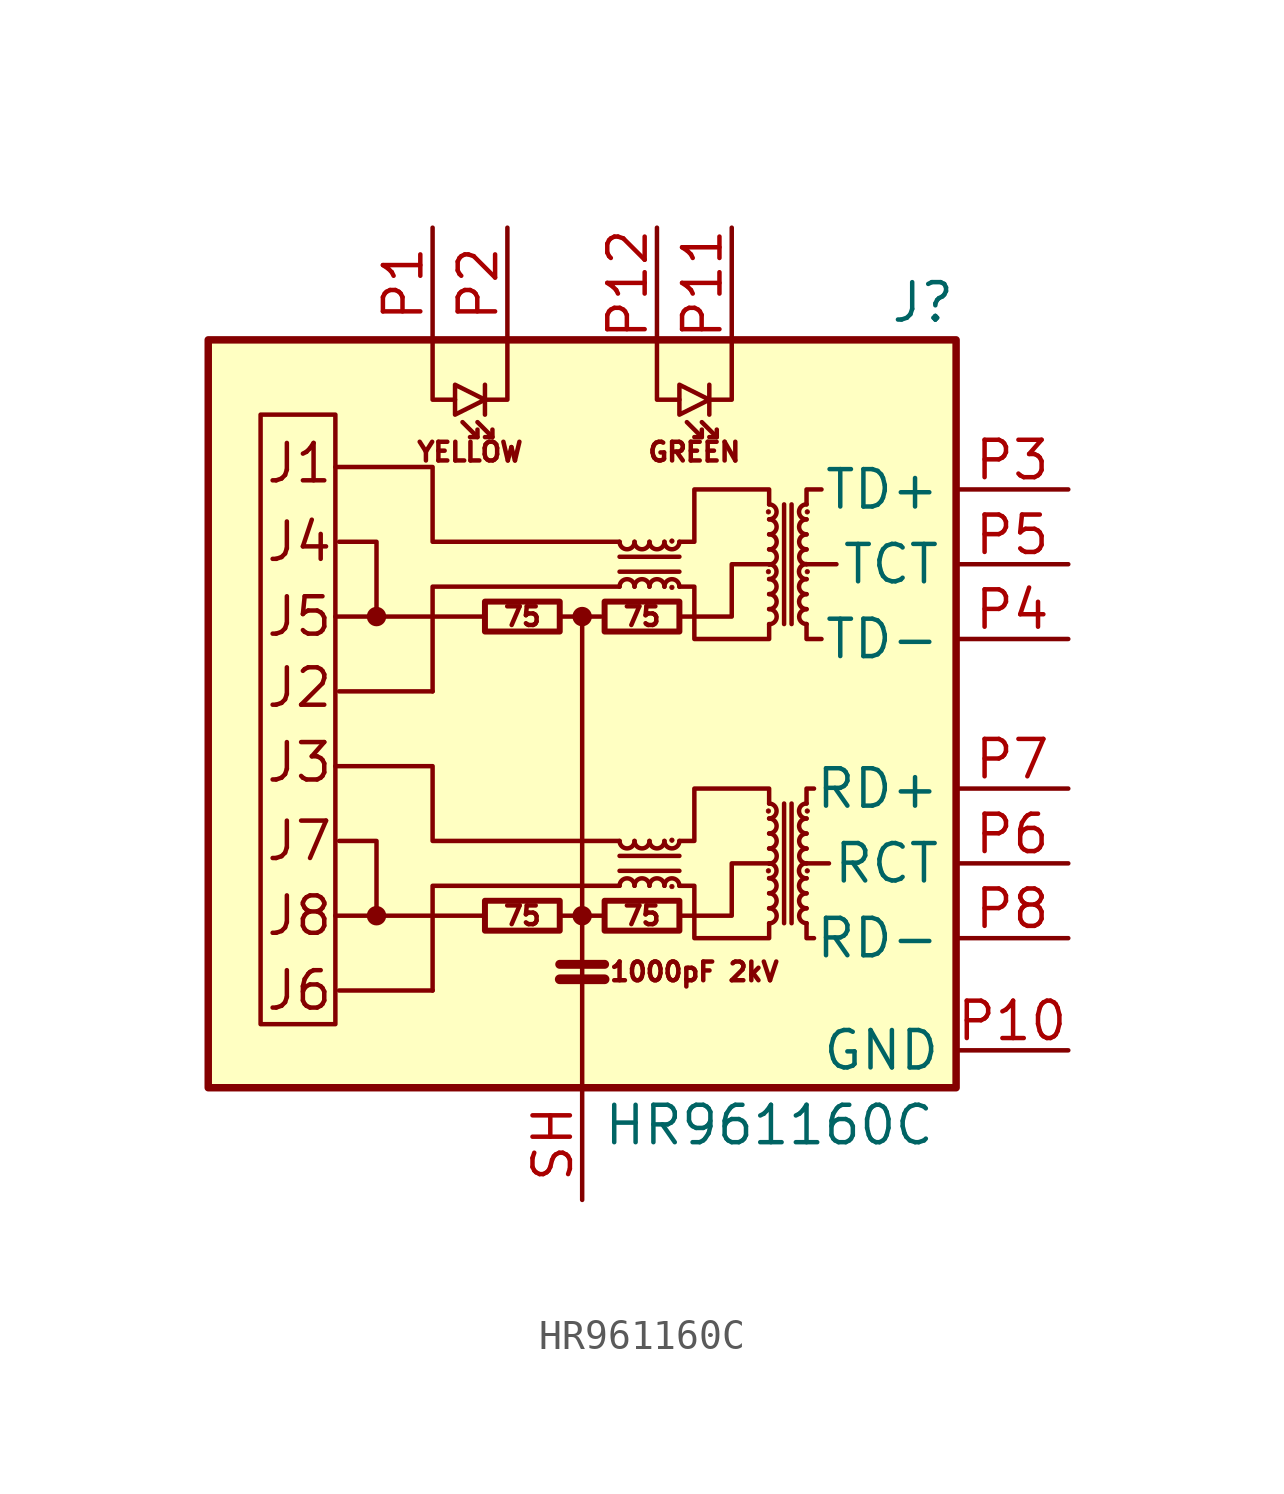
<source format=kicad_sym>
(kicad_symbol_lib
  (version 20231120)
  (generator "kicad_symbol_editor")
  (generator_version "8.0")
  (symbol "HR961160C"
    (property "Reference" "J"
      (at 12.7 13.97 0)
      (effects (font (size 1.27 1.27)) (justify right)))
    (property "Value" "HR961160C"
      (at 6.35 -13.97 0)
      (effects (font (size 1.27 1.27))))
    (symbol "HR961160C_0_0"
      (rectangle (start -12.7 12.7) (end 12.7 -12.7) (stroke (width 0.254) (type solid)) (fill (type background)))
      (polyline (pts (xy -3.302 -6.858) (xy -8.382 -6.858)) (stroke (width 0) (type solid)) (fill (type none)))
      (polyline (pts (xy -3.302 3.302) (xy -8.382 3.302)) (stroke (width 0) (type solid)) (fill (type none)))
      (polyline (pts (xy 8.382 -5.08) (xy 7.62 -5.08)) (stroke (width 0) (type solid)) (fill (type none)))
      (polyline (pts (xy 8.636 5.08) (xy 7.62 5.08)) (stroke (width 0) (type solid)) (fill (type none)))
      (polyline (pts (xy 1.27 -4.318) (xy -5.08 -4.318) (xy -5.08 -1.778) (xy -8.382 -1.778)) (stroke (width 0) (type solid)) (fill (type none)))
      (polyline (pts (xy 1.27 5.842) (xy -5.08 5.842) (xy -5.08 8.382) (xy -8.382 8.382)) (stroke (width 0) (type solid)) (fill (type none)))
      (polyline (pts (xy 3.302 -6.858) (xy 5.08 -6.858) (xy 5.08 -5.08) (xy 6.35 -5.08)) (stroke (width 0) (type solid)) (fill (type none)))
      (polyline (pts (xy 3.302 3.302) (xy 5.08 3.302) (xy 5.08 5.08) (xy 6.35 5.08)) (stroke (width 0) (type solid)) (fill (type none)))
      (text "1000pF 2kV" (at 3.81 -8.763 0) (effects (font (size 0.635 0.635))))
      (text "75" (at -2.032 -6.858 0) (effects (font (size 0.635 0.635))))
      (text "75" (at -2.032 3.302 0) (effects (font (size 0.635 0.635))))
      (text "75" (at 2.032 -6.858 0) (effects (font (size 0.635 0.635))))
      (text "75" (at 2.032 3.302 0) (effects (font (size 0.635 0.635))))
      (text "GREEN" (at 3.81 8.89 0) (effects (font (size 0.635 0.635))))
      (text "J1" (at -10.795 8.509 0) (effects (font (size 1.27 1.27)) (justify left)))
      (text "J2" (at -10.795 0.889 0) (effects (font (size 1.27 1.27)) (justify left)))
      (text "J3" (at -10.795 -1.651 0) (effects (font (size 1.27 1.27)) (justify left)))
      (text "J4" (at -10.795 5.842 0) (effects (font (size 1.27 1.27)) (justify left)))
      (text "J5" (at -10.795 3.302 0) (effects (font (size 1.27 1.27)) (justify left)))
      (text "J6" (at -10.795 -9.398 0) (effects (font (size 1.27 1.27)) (justify left)))
      (text "J7" (at -10.795 -4.318 0) (effects (font (size 1.27 1.27)) (justify left)))
      (text "J8" (at -10.795 -6.858 0) (effects (font (size 1.27 1.27)) (justify left)))
      (text "YELLOW" (at -3.81 8.89 0) (effects (font (size 0.635 0.635)))))
    (symbol "HR961160C_0_1"
      (rectangle (start -8.382 -10.541) (end -10.922 10.16) (stroke (width 0) (type solid)) (fill (type none)))
      (circle (center -6.985 -6.858) (radius 0.254) (stroke (width 0) (type solid)) (fill (type outline)))
      (circle (center -6.985 3.302) (radius 0.254) (stroke (width 0) (type solid)) (fill (type outline)))
      (rectangle (start -3.302 -7.366) (end -0.762 -6.35) (stroke (width 0.203) (type solid)) (fill (type none)))
      (rectangle (start -3.302 2.794) (end -0.762 3.81) (stroke (width 0.203) (type solid)) (fill (type none)))
      (circle (center 0 -6.858) (radius 0.254) (stroke (width 0) (type solid)) (fill (type outline)))
      (polyline (pts (xy -5.08 -9.398) (xy -8.255 -9.398)) (stroke (width 0) (type solid)) (fill (type none)))
      (polyline (pts (xy -5.08 0.762) (xy -8.255 0.762)) (stroke (width 0) (type solid)) (fill (type none)))
      (polyline (pts (xy -3.556 9.398) (xy -4.064 9.906)) (stroke (width 0) (type solid)) (fill (type none)))
      (polyline (pts (xy -3.302 11.176) (xy -3.302 10.16)) (stroke (width 0) (type solid)) (fill (type none)))
      (polyline (pts (xy -3.048 9.398) (xy -3.556 9.906)) (stroke (width 0) (type solid)) (fill (type none)))
      (polyline (pts (xy -0.762 -9.017) (xy 0.762 -9.017)) (stroke (width 0.33) (type solid)) (fill (type none)))
      (polyline (pts (xy -0.762 -8.509) (xy 0.762 -8.509)) (stroke (width 0.305) (type solid)) (fill (type none)))
      (polyline (pts (xy 0 3.302) (xy -0.762 3.302)) (stroke (width 0) (type solid)) (fill (type none)))
      (polyline (pts (xy 0.762 -6.858) (xy -0.762 -6.858)) (stroke (width 0) (type solid)) (fill (type none)))
      (polyline (pts (xy 1.27 -5.334) (xy 3.302 -5.334)) (stroke (width 0) (type solid)) (fill (type none)))
      (polyline (pts (xy 1.27 4.826) (xy 3.302 4.826)) (stroke (width 0) (type solid)) (fill (type none)))
      (polyline (pts (xy 3.302 -4.826) (xy 1.27 -4.826)) (stroke (width 0) (type solid)) (fill (type none)))
      (polyline (pts (xy 3.302 5.334) (xy 1.27 5.334)) (stroke (width 0) (type solid)) (fill (type none)))
      (polyline (pts (xy 4.064 9.398) (xy 3.556 9.906)) (stroke (width 0) (type solid)) (fill (type none)))
      (polyline (pts (xy 4.318 11.176) (xy 4.318 10.16)) (stroke (width 0) (type solid)) (fill (type none)))
      (polyline (pts (xy 4.572 9.398) (xy 4.064 9.906)) (stroke (width 0) (type solid)) (fill (type none)))
      (polyline (pts (xy 6.858 -3.048) (xy 6.858 -7.112)) (stroke (width 0) (type solid)) (fill (type none)))
      (polyline (pts (xy 6.858 7.112) (xy 6.858 3.048)) (stroke (width 0) (type solid)) (fill (type none)))
      (polyline (pts (xy 7.112 -7.112) (xy 7.112 -3.048)) (stroke (width 0) (type solid)) (fill (type none)))
      (polyline (pts (xy 7.112 3.048) (xy 7.112 7.112)) (stroke (width 0) (type solid)) (fill (type none)))
      (polyline (pts (xy -6.985 -6.858) (xy -6.985 -4.318) (xy -8.255 -4.318)) (stroke (width 0) (type solid)) (fill (type none)))
      (polyline (pts (xy -6.985 3.302) (xy -6.985 5.842) (xy -8.255 5.842)) (stroke (width 0) (type solid)) (fill (type none)))
      (polyline (pts (xy -5.08 12.7) (xy -5.08 10.668) (xy -4.318 10.668)) (stroke (width 0) (type solid)) (fill (type none)))
      (polyline (pts (xy -3.556 9.652) (xy -3.556 9.398) (xy -3.81 9.398)) (stroke (width 0) (type solid)) (fill (type none)))
      (polyline (pts (xy -3.048 9.652) (xy -3.048 9.398) (xy -3.302 9.398)) (stroke (width 0) (type solid)) (fill (type none)))
      (polyline (pts (xy -2.54 12.7) (xy -2.54 10.668) (xy -3.302 10.668)) (stroke (width 0) (type solid)) (fill (type none)))
      (polyline (pts (xy 0 -12.7) (xy 0 3.302) (xy 0.635 3.302)) (stroke (width 0) (type solid)) (fill (type none)))
      (polyline (pts (xy 1.27 -5.842) (xy -5.08 -5.842) (xy -5.08 -9.398)) (stroke (width 0) (type solid)) (fill (type none)))
      (polyline (pts (xy 1.27 4.318) (xy -5.08 4.318) (xy -5.08 0.762)) (stroke (width 0) (type solid)) (fill (type none)))
      (polyline (pts (xy 2.54 12.7) (xy 2.54 10.668) (xy 3.302 10.668)) (stroke (width 0) (type solid)) (fill (type none)))
      (polyline (pts (xy 4.064 9.652) (xy 4.064 9.398) (xy 3.81 9.398)) (stroke (width 0) (type solid)) (fill (type none)))
      (polyline (pts (xy 4.572 9.652) (xy 4.572 9.398) (xy 4.318 9.398)) (stroke (width 0) (type solid)) (fill (type none)))
      (polyline (pts (xy 5.08 12.7) (xy 5.08 10.668) (xy 4.318 10.668)) (stroke (width 0) (type solid)) (fill (type none)))
      (polyline (pts (xy 7.62 -7.112) (xy 7.62 -7.62) (xy 7.874 -7.62)) (stroke (width 0) (type solid)) (fill (type none)))
      (polyline (pts (xy 7.62 -3.048) (xy 7.62 -2.54) (xy 7.874 -2.54)) (stroke (width 0) (type solid)) (fill (type none)))
      (polyline (pts (xy 7.62 3.048) (xy 7.62 2.54) (xy 8.128 2.54)) (stroke (width 0) (type solid)) (fill (type none)))
      (polyline (pts (xy 7.62 7.112) (xy 7.62 7.62) (xy 8.128 7.62)) (stroke (width 0) (type solid)) (fill (type none)))
      (polyline (pts (xy -3.302 10.668) (xy -4.318 11.176) (xy -4.318 10.16) (xy -3.302 10.668)) (stroke (width 0) (type solid)) (fill (type none)))
      (polyline (pts (xy 4.318 10.668) (xy 3.302 11.176) (xy 3.302 10.16) (xy 4.318 10.668)) (stroke (width 0) (type solid)) (fill (type none)))
      (polyline (pts (xy 3.302 -4.318) (xy 3.81 -4.318) (xy 3.81 -2.54) (xy 6.35 -2.54) (xy 6.35 -3.048)) (stroke (width 0) (type solid)) (fill (type none)))
      (polyline (pts (xy 3.302 5.842) (xy 3.81 5.842) (xy 3.81 7.62) (xy 6.35 7.62) (xy 6.35 7.112)) (stroke (width 0) (type solid)) (fill (type none)))
      (polyline (pts (xy 6.35 -7.112) (xy 6.35 -7.62) (xy 3.81 -7.62) (xy 3.81 -5.842) (xy 3.302 -5.842)) (stroke (width 0) (type solid)) (fill (type none)))
      (polyline (pts (xy 6.35 3.048) (xy 6.35 2.54) (xy 3.81 2.54) (xy 3.81 4.318) (xy 3.302 4.318)) (stroke (width 0) (type solid)) (fill (type none)))
      (circle (center 0 3.302) (radius 0.254) (stroke (width 0) (type solid)) (fill (type outline)))
      (rectangle (start 0.762 -7.366) (end 3.302 -6.35) (stroke (width 0.203) (type solid)) (fill (type none)))
      (rectangle (start 0.762 2.794) (end 3.302 3.81) (stroke (width 0.203) (type solid)) (fill (type none)))
      (arc (start 1.27 -4.318) (mid 1.524 -4.572) (end 1.778 -4.318) (stroke (width 0) (type solid)) (fill (type none)))
      (arc (start 1.27 5.842) (mid 1.524 5.588) (end 1.778 5.842) (stroke (width 0) (type solid)) (fill (type none)))
      (arc (start 1.778 -5.842) (mid 1.524 -5.588) (end 1.27 -5.842) (stroke (width 0) (type solid)) (fill (type none)))
      (arc (start 1.778 -4.318) (mid 2.032 -4.572) (end 2.286 -4.318) (stroke (width 0) (type solid)) (fill (type none)))
      (arc (start 1.778 4.318) (mid 1.524 4.572) (end 1.27 4.318) (stroke (width 0) (type solid)) (fill (type none)))
      (arc (start 1.778 5.842) (mid 2.032 5.588) (end 2.286 5.842) (stroke (width 0) (type solid)) (fill (type none)))
      (arc (start 2.286 -5.842) (mid 2.032 -5.588) (end 1.778 -5.842) (stroke (width 0) (type solid)) (fill (type none)))
      (arc (start 2.286 -4.318) (mid 2.54 -4.572) (end 2.794 -4.318) (stroke (width 0) (type solid)) (fill (type none)))
      (arc (start 2.286 4.318) (mid 2.032 4.572) (end 1.778 4.318) (stroke (width 0) (type solid)) (fill (type none)))
      (arc (start 2.286 5.842) (mid 2.54 5.588) (end 2.794 5.842) (stroke (width 0) (type solid)) (fill (type none)))
      (arc (start 2.794 -5.842) (mid 2.54 -5.588) (end 2.286 -5.842) (stroke (width 0) (type solid)) (fill (type none)))
      (arc (start 2.794 -4.318) (mid 3.048 -4.572) (end 3.302 -4.318) (stroke (width 0) (type solid)) (fill (type none)))
      (arc (start 2.794 4.318) (mid 2.54 4.572) (end 2.286 4.318) (stroke (width 0) (type solid)) (fill (type none)))
      (arc (start 2.794 5.842) (mid 3.048 5.588) (end 3.302 5.842) (stroke (width 0) (type solid)) (fill (type none)))
      (circle (center 3.048 -5.867) (radius 0.076) (stroke (width 0.025) (type solid)) (fill (type outline)))
      (circle (center 3.048 -4.293) (radius 0.076) (stroke (width 0.025) (type solid)) (fill (type outline)))
      (circle (center 3.048 4.293) (radius 0.076) (stroke (width 0.025) (type solid)) (fill (type outline)))
      (circle (center 3.048 5.867) (radius 0.076) (stroke (width 0.025) (type solid)) (fill (type outline)))
      (arc (start 3.302 -5.842) (mid 3.048 -5.588) (end 2.794 -5.842) (stroke (width 0) (type solid)) (fill (type none)))
      (arc (start 3.302 4.318) (mid 3.048 4.572) (end 2.794 4.318) (stroke (width 0) (type solid)) (fill (type none)))
      (circle (center 6.325 -5.334) (radius 0.076) (stroke (width 0.025) (type solid)) (fill (type outline)))
      (circle (center 6.325 -3.302) (radius 0.076) (stroke (width 0.025) (type solid)) (fill (type outline)))
      (circle (center 6.325 4.826) (radius 0.076) (stroke (width 0.025) (type solid)) (fill (type outline)))
      (circle (center 6.325 6.858) (radius 0.076) (stroke (width 0.025) (type solid)) (fill (type outline)))
      (arc (start 6.35 -7.112) (mid 6.604 -6.858) (end 6.35 -6.604) (stroke (width 0) (type solid)) (fill (type none)))
      (arc (start 6.35 -6.604) (mid 6.604 -6.35) (end 6.35 -6.096) (stroke (width 0) (type solid)) (fill (type none)))
      (arc (start 6.35 -6.096) (mid 6.604 -5.842) (end 6.35 -5.588) (stroke (width 0) (type solid)) (fill (type none)))
      (arc (start 6.35 -5.588) (mid 6.604 -5.334) (end 6.35 -5.08) (stroke (width 0) (type solid)) (fill (type none)))
      (arc (start 6.35 -5.08) (mid 6.604 -4.826) (end 6.35 -4.572) (stroke (width 0) (type solid)) (fill (type none)))
      (arc (start 6.35 -4.572) (mid 6.604 -4.318) (end 6.35 -4.064) (stroke (width 0) (type solid)) (fill (type none)))
      (arc (start 6.35 -4.064) (mid 6.604 -3.81) (end 6.35 -3.556) (stroke (width 0) (type solid)) (fill (type none)))
      (arc (start 6.35 -3.556) (mid 6.604 -3.302) (end 6.35 -3.048) (stroke (width 0) (type solid)) (fill (type none)))
      (arc (start 6.35 3.048) (mid 6.604 3.302) (end 6.35 3.556) (stroke (width 0) (type solid)) (fill (type none)))
      (arc (start 6.35 3.556) (mid 6.604 3.81) (end 6.35 4.064) (stroke (width 0) (type solid)) (fill (type none)))
      (arc (start 6.35 4.064) (mid 6.604 4.318) (end 6.35 4.572) (stroke (width 0) (type solid)) (fill (type none)))
      (arc (start 6.35 4.572) (mid 6.604 4.826) (end 6.35 5.08) (stroke (width 0) (type solid)) (fill (type none)))
      (arc (start 6.35 5.08) (mid 6.604 5.334) (end 6.35 5.588) (stroke (width 0) (type solid)) (fill (type none)))
      (arc (start 6.35 5.588) (mid 6.604 5.842) (end 6.35 6.096) (stroke (width 0) (type solid)) (fill (type none)))
      (arc (start 6.35 6.096) (mid 6.604 6.35) (end 6.35 6.604) (stroke (width 0) (type solid)) (fill (type none)))
      (arc (start 6.35 6.604) (mid 6.604 6.858) (end 6.35 7.112) (stroke (width 0) (type solid)) (fill (type none)))
      (arc (start 7.62 -6.604) (mid 7.366 -6.858) (end 7.62 -7.112) (stroke (width 0) (type solid)) (fill (type none)))
      (arc (start 7.62 -6.096) (mid 7.366 -6.35) (end 7.62 -6.604) (stroke (width 0) (type solid)) (fill (type none)))
      (arc (start 7.62 -5.588) (mid 7.366 -5.842) (end 7.62 -6.096) (stroke (width 0) (type solid)) (fill (type none)))
      (arc (start 7.62 -5.08) (mid 7.366 -5.334) (end 7.62 -5.588) (stroke (width 0) (type solid)) (fill (type none)))
      (arc (start 7.62 -4.572) (mid 7.366 -4.826) (end 7.62 -5.08) (stroke (width 0) (type solid)) (fill (type none)))
      (arc (start 7.62 -4.064) (mid 7.366 -4.318) (end 7.62 -4.572) (stroke (width 0) (type solid)) (fill (type none)))
      (arc (start 7.62 -3.556) (mid 7.366 -3.81) (end 7.62 -4.064) (stroke (width 0) (type solid)) (fill (type none)))
      (arc (start 7.62 -3.048) (mid 7.366 -3.302) (end 7.62 -3.556) (stroke (width 0) (type solid)) (fill (type none)))
      (arc (start 7.62 3.556) (mid 7.366 3.302) (end 7.62 3.048) (stroke (width 0) (type solid)) (fill (type none)))
      (arc (start 7.62 4.064) (mid 7.366 3.81) (end 7.62 3.556) (stroke (width 0) (type solid)) (fill (type none)))
      (arc (start 7.62 4.572) (mid 7.366 4.318) (end 7.62 4.064) (stroke (width 0) (type solid)) (fill (type none)))
      (arc (start 7.62 5.08) (mid 7.366 4.826) (end 7.62 4.572) (stroke (width 0) (type solid)) (fill (type none)))
      (arc (start 7.62 5.588) (mid 7.366 5.334) (end 7.62 5.08) (stroke (width 0) (type solid)) (fill (type none)))
      (arc (start 7.62 6.096) (mid 7.366 5.842) (end 7.62 5.588) (stroke (width 0) (type solid)) (fill (type none)))
      (arc (start 7.62 6.604) (mid 7.366 6.35) (end 7.62 6.096) (stroke (width 0) (type solid)) (fill (type none)))
      (arc (start 7.62 7.112) (mid 7.366 6.858) (end 7.62 6.604) (stroke (width 0) (type solid)) (fill (type none)))
      (circle (center 7.645 -5.334) (radius 0.076) (stroke (width 0.025) (type solid)) (fill (type outline)))
      (circle (center 7.645 -3.302) (radius 0.076) (stroke (width 0.025) (type solid)) (fill (type outline)))
      (circle (center 7.645 4.826) (radius 0.076) (stroke (width 0.025) (type solid)) (fill (type outline)))
      (circle (center 7.645 6.858) (radius 0.076) (stroke (width 0.025) (type solid)) (fill (type outline))))
    (symbol "HR961160C_1_1"
      (pin passive line (at -5.08 16.51 270) (length 3.81) (name "~" (effects (font (size 1.27 1.27)))) (number "P1" (effects (font (size 1.27 1.27)))))
      (pin passive line (at 16.51 -11.43 180) (length 3.81) (name "GND" (effects (font (size 1.27 1.27)))) (number "P10" (effects (font (size 1.27 1.27)))))
      (pin passive line (at 5.08 16.51 270) (length 3.81) (name "~" (effects (font (size 1.27 1.27)))) (number "P11" (effects (font (size 1.27 1.27)))))
      (pin passive line (at 2.54 16.51 270) (length 3.81) (name "~" (effects (font (size 1.27 1.27)))) (number "P12" (effects (font (size 1.27 1.27)))))
      (pin passive line (at -2.54 16.51 270) (length 3.81) (name "~" (effects (font (size 1.27 1.27)))) (number "P2" (effects (font (size 1.27 1.27)))))
      (pin passive line (at 16.51 7.62 180) (length 3.81) (name "TD+" (effects (font (size 1.27 1.27)))) (number "P3" (effects (font (size 1.27 1.27)))))
      (pin passive line (at 16.51 2.54 180) (length 3.81) (name "TD-" (effects (font (size 1.27 1.27)))) (number "P4" (effects (font (size 1.27 1.27)))))
      (pin passive line (at 16.51 5.08 180) (length 3.81) (name "TCT" (effects (font (size 1.27 1.27)))) (number "P5" (effects (font (size 1.27 1.27)))))
      (pin passive line (at 16.51 -5.08 180) (length 3.81) (name "RCT" (effects (font (size 1.27 1.27)))) (number "P6" (effects (font (size 1.27 1.27)))))
      (pin passive line (at 16.51 -2.54 180) (length 3.81) (name "RD+" (effects (font (size 1.27 1.27)))) (number "P7" (effects (font (size 1.27 1.27)))))
      (pin passive line (at 16.51 -7.62 180) (length 3.81) (name "RD-" (effects (font (size 1.27 1.27)))) (number "P8" (effects (font (size 1.27 1.27)))))
      (pin passive line (at 1.27 -11.43 180) (length 2.54) hide (name "NC" (effects (font (size 1.27 1.27)))) (number "P9" (effects (font (size 1.27 1.27)))))
      (pin passive line (at 0 -16.51 90) (length 3.81) (name "~" (effects (font (size 1.27 1.27)))) (number "SH" (effects (font (size 1.27 1.27))))))))
</source>
